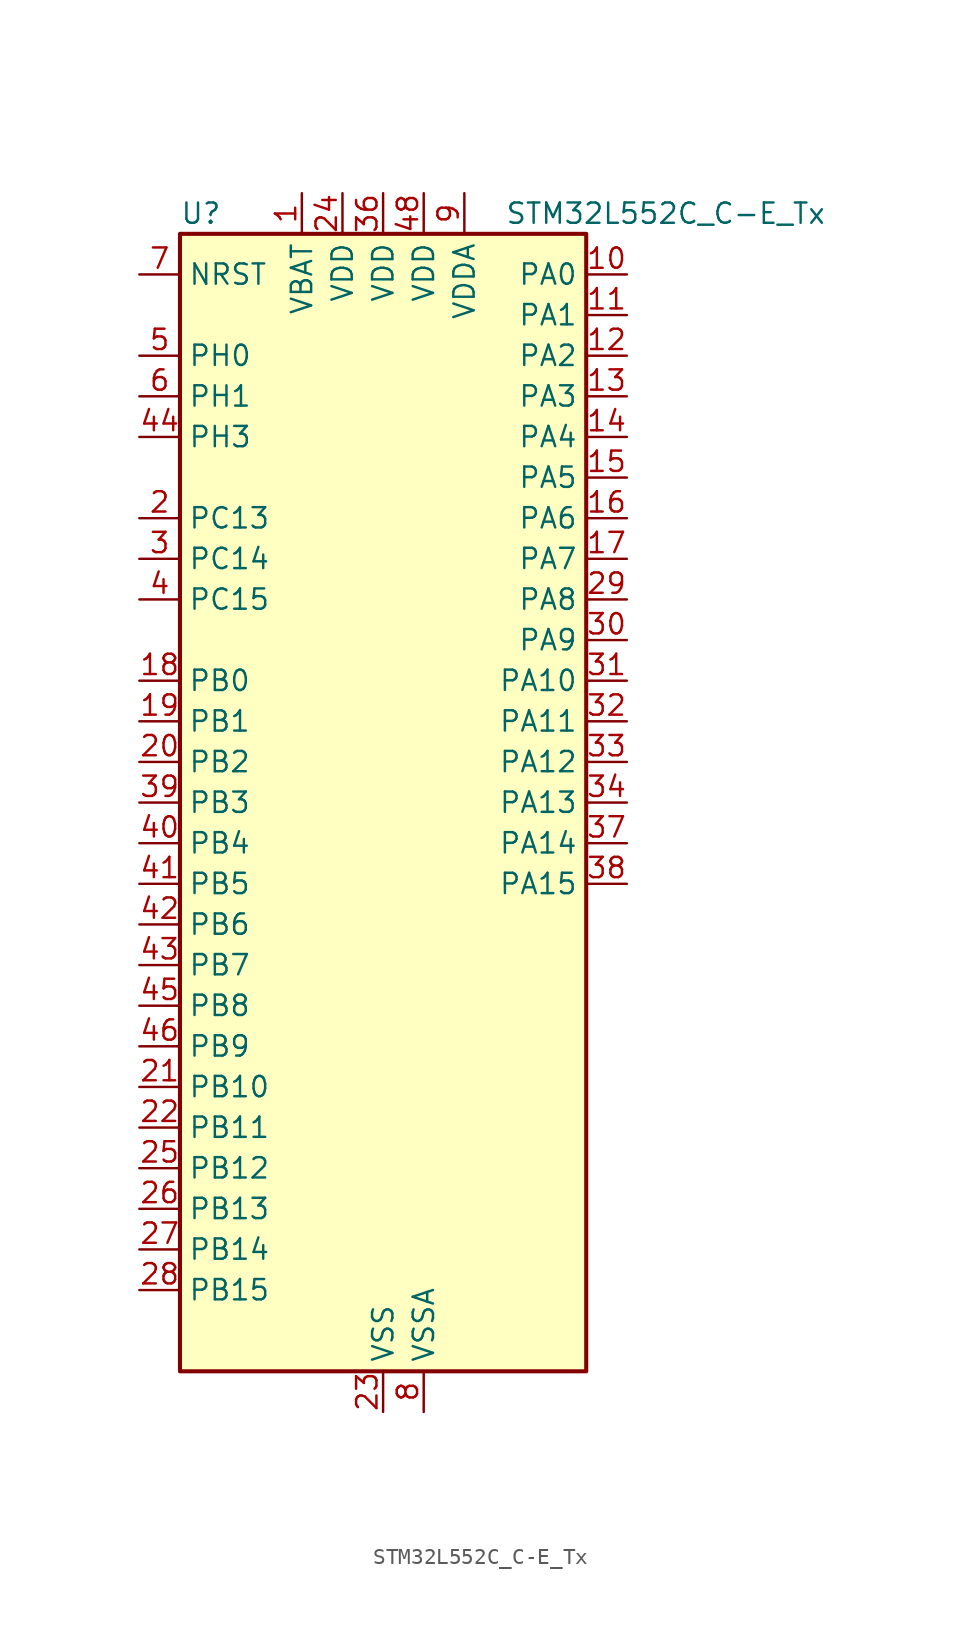
<source format=kicad_sym>
(kicad_symbol_lib
  (version 20231120)
  (generator "kicad-library-utils")
  (generator_version "8.0")
  (symbol "STM32L552C_C-E_Tx"
    (property "Reference" "U"
      (at -12.7 36.83 0)
      (effects (font (size 1.27 1.27)) (justify left)))
    (property "Value" "STM32L552C_C-E_Tx"
      (at 7.62 36.83 0)
      (effects (font (size 1.27 1.27)) (justify left)))
    (property "ki_locked" ""
      (at 0 0 0)
      (effects (font (size 1.27 1.27))))
    (symbol "STM32L552C_C-E_Tx_0_1"
      (rectangle (start -12.7 -35.56) (end 12.7 35.56) (stroke (width 0.254) (type default)) (fill (type background))))
    (symbol "STM32L552C_C-E_Tx_1_1"
      (pin power_in line (at -5.08 38.1 270) (length 2.54) (name "VBAT" (effects (font (size 1.27 1.27)))) (number "1" (effects (font (size 1.27 1.27)))))
      (pin bidirectional line (at 15.24 33.02 180) (length 2.54) (name "PA0" (effects (font (size 1.27 1.27)))) (number "10" (effects (font (size 1.27 1.27)))) (alternate "ADC1_IN5" bidirectional line) (alternate "ADC2_IN5" bidirectional line) (alternate "OPAMP1_VINP" bidirectional line) (alternate "PWR_WKUP1" bidirectional line) (alternate "SAI1_EXTCLK" bidirectional line) (alternate "TAMP_IN2" bidirectional line) (alternate "TAMP_OUT1" bidirectional line) (alternate "TIM2_CH1" bidirectional line) (alternate "TIM2_ETR" bidirectional line) (alternate "TIM5_CH1" bidirectional line) (alternate "TIM8_ETR" bidirectional line) (alternate "UART4_TX" bidirectional line) (alternate "USART2_CTS" bidirectional line) (alternate "USART2_NSS" bidirectional line))
      (pin bidirectional line (at 15.24 30.48 180) (length 2.54) (name "PA1" (effects (font (size 1.27 1.27)))) (number "11" (effects (font (size 1.27 1.27)))) (alternate "ADC1_IN6" bidirectional line) (alternate "ADC2_IN6" bidirectional line) (alternate "I2C1_SMBA" bidirectional line) (alternate "OCTOSPI1_DQS" bidirectional line) (alternate "OPAMP1_VINM" bidirectional line) (alternate "SPI1_SCK" bidirectional line) (alternate "TAMP_IN5" bidirectional line) (alternate "TAMP_OUT4" bidirectional line) (alternate "TIM15_CH1N" bidirectional line) (alternate "TIM2_CH2" bidirectional line) (alternate "TIM5_CH2" bidirectional line) (alternate "UART4_RX" bidirectional line) (alternate "USART2_DE" bidirectional line) (alternate "USART2_RTS" bidirectional line))
      (pin bidirectional line (at 15.24 27.94 180) (length 2.54) (name "PA2" (effects (font (size 1.27 1.27)))) (number "12" (effects (font (size 1.27 1.27)))) (alternate "ADC1_IN7" bidirectional line) (alternate "ADC2_IN7" bidirectional line) (alternate "COMP1_INP" bidirectional line) (alternate "LPUART1_TX" bidirectional line) (alternate "OCTOSPI1_NCS" bidirectional line) (alternate "PWR_WKUP4" bidirectional line) (alternate "RCC_LSCO" bidirectional line) (alternate "SAI2_EXTCLK" bidirectional line) (alternate "TIM15_CH1" bidirectional line) (alternate "TIM2_CH3" bidirectional line) (alternate "TIM5_CH3" bidirectional line) (alternate "UCPD1_FRSTX1" bidirectional line) (alternate "USART2_TX" bidirectional line))
      (pin bidirectional line (at 15.24 25.4 180) (length 2.54) (name "PA3" (effects (font (size 1.27 1.27)))) (number "13" (effects (font (size 1.27 1.27)))) (alternate "ADC1_IN8" bidirectional line) (alternate "ADC2_IN8" bidirectional line) (alternate "LPUART1_RX" bidirectional line) (alternate "OCTOSPI1_CLK" bidirectional line) (alternate "OPAMP1_VOUT" bidirectional line) (alternate "SAI1_CK1" bidirectional line) (alternate "SAI1_MCLK_A" bidirectional line) (alternate "TIM15_CH2" bidirectional line) (alternate "TIM2_CH4" bidirectional line) (alternate "TIM5_CH4" bidirectional line) (alternate "USART2_RX" bidirectional line))
      (pin bidirectional line (at 15.24 22.86 180) (length 2.54) (name "PA4" (effects (font (size 1.27 1.27)))) (number "14" (effects (font (size 1.27 1.27)))) (alternate "ADC1_IN9" bidirectional line) (alternate "ADC2_IN9" bidirectional line) (alternate "DAC1_OUT1" bidirectional line) (alternate "LPTIM2_OUT" bidirectional line) (alternate "OCTOSPI1_NCS" bidirectional line) (alternate "SAI1_FS_B" bidirectional line) (alternate "SPI1_NSS" bidirectional line) (alternate "SPI3_NSS" bidirectional line) (alternate "USART2_CK" bidirectional line))
      (pin bidirectional line (at 15.24 20.32 180) (length 2.54) (name "PA5" (effects (font (size 1.27 1.27)))) (number "15" (effects (font (size 1.27 1.27)))) (alternate "ADC1_IN10" bidirectional line) (alternate "ADC2_IN10" bidirectional line) (alternate "DAC1_OUT2" bidirectional line) (alternate "LPTIM2_ETR" bidirectional line) (alternate "SPI1_SCK" bidirectional line) (alternate "TIM2_CH1" bidirectional line) (alternate "TIM2_ETR" bidirectional line) (alternate "TIM8_CH1N" bidirectional line))
      (pin bidirectional line (at 15.24 17.78 180) (length 2.54) (name "PA6" (effects (font (size 1.27 1.27)))) (number "16" (effects (font (size 1.27 1.27)))) (alternate "ADC1_IN11" bidirectional line) (alternate "ADC2_IN11" bidirectional line) (alternate "LPUART1_CTS" bidirectional line) (alternate "OCTOSPI1_IO3" bidirectional line) (alternate "OPAMP2_VINP" bidirectional line) (alternate "SPI1_MISO" bidirectional line) (alternate "TIM16_CH1" bidirectional line) (alternate "TIM1_BKIN" bidirectional line) (alternate "TIM3_CH1" bidirectional line) (alternate "TIM8_BKIN" bidirectional line) (alternate "USART3_CTS" bidirectional line) (alternate "USART3_NSS" bidirectional line))
      (pin bidirectional line (at 15.24 15.24 180) (length 2.54) (name "PA7" (effects (font (size 1.27 1.27)))) (number "17" (effects (font (size 1.27 1.27)))) (alternate "ADC1_IN12" bidirectional line) (alternate "ADC2_IN12" bidirectional line) (alternate "I2C3_SCL" bidirectional line) (alternate "OCTOSPI1_IO2" bidirectional line) (alternate "OPAMP2_VINM" bidirectional line) (alternate "SPI1_MOSI" bidirectional line) (alternate "TIM17_CH1" bidirectional line) (alternate "TIM1_CH1N" bidirectional line) (alternate "TIM3_CH2" bidirectional line) (alternate "TIM8_CH1N" bidirectional line))
      (pin bidirectional line (at -15.24 7.62 0) (length 2.54) (name "PB0" (effects (font (size 1.27 1.27)))) (number "18" (effects (font (size 1.27 1.27)))) (alternate "ADC1_IN15" bidirectional line) (alternate "ADC2_IN15" bidirectional line) (alternate "COMP1_OUT" bidirectional line) (alternate "OCTOSPI1_IO1" bidirectional line) (alternate "OPAMP2_VOUT" bidirectional line) (alternate "SAI1_EXTCLK" bidirectional line) (alternate "SPI1_NSS" bidirectional line) (alternate "TIM1_CH2N" bidirectional line) (alternate "TIM3_CH3" bidirectional line) (alternate "TIM8_CH2N" bidirectional line) (alternate "USART3_CK" bidirectional line))
      (pin bidirectional line (at -15.24 5.08 0) (length 2.54) (name "PB1" (effects (font (size 1.27 1.27)))) (number "19" (effects (font (size 1.27 1.27)))) (alternate "ADC1_IN16" bidirectional line) (alternate "ADC2_IN16" bidirectional line) (alternate "COMP1_INM" bidirectional line) (alternate "DFSDM1_DATIN0" bidirectional line) (alternate "LPTIM2_IN1" bidirectional line) (alternate "LPUART1_DE" bidirectional line) (alternate "LPUART1_RTS" bidirectional line) (alternate "OCTOSPI1_IO0" bidirectional line) (alternate "TIM1_CH3N" bidirectional line) (alternate "TIM3_CH4" bidirectional line) (alternate "TIM8_CH3N" bidirectional line) (alternate "USART3_DE" bidirectional line) (alternate "USART3_RTS" bidirectional line))
      (pin bidirectional line (at -15.24 17.78 0) (length 2.54) (name "PC13" (effects (font (size 1.27 1.27)))) (number "2" (effects (font (size 1.27 1.27)))) (alternate "PWR_WKUP2" bidirectional line) (alternate "RTC_OUT1" bidirectional line) (alternate "RTC_TS" bidirectional line) (alternate "TAMP_IN1" bidirectional line) (alternate "TAMP_OUT2" bidirectional line))
      (pin bidirectional line (at -15.24 2.54 0) (length 2.54) (name "PB2" (effects (font (size 1.27 1.27)))) (number "20" (effects (font (size 1.27 1.27)))) (alternate "COMP1_INP" bidirectional line) (alternate "DFSDM1_CKIN0" bidirectional line) (alternate "I2C3_SMBA" bidirectional line) (alternate "LPTIM1_OUT" bidirectional line) (alternate "OCTOSPI1_DQS" bidirectional line) (alternate "RTC_OUT2" bidirectional line) (alternate "UCPD1_FRSTX1" bidirectional line))
      (pin bidirectional line (at -15.24 -17.78 0) (length 2.54) (name "PB10" (effects (font (size 1.27 1.27)))) (number "21" (effects (font (size 1.27 1.27)))) (alternate "COMP1_OUT" bidirectional line) (alternate "I2C2_SCL" bidirectional line) (alternate "I2C4_SCL" bidirectional line) (alternate "LPTIM3_OUT" bidirectional line) (alternate "LPUART1_RX" bidirectional line) (alternate "OCTOSPI1_CLK" bidirectional line) (alternate "SAI1_SCK_A" bidirectional line) (alternate "SPI2_SCK" bidirectional line) (alternate "TIM2_CH3" bidirectional line) (alternate "TSC_SYNC" bidirectional line) (alternate "USART3_TX" bidirectional line))
      (pin bidirectional line (at -15.24 -20.32 0) (length 2.54) (name "PB11" (effects (font (size 1.27 1.27)))) (number "22" (effects (font (size 1.27 1.27)))) (alternate "ADC1_EXTI11" bidirectional line) (alternate "ADC2_EXTI11" bidirectional line) (alternate "COMP2_OUT" bidirectional line) (alternate "I2C2_SDA" bidirectional line) (alternate "I2C4_SDA" bidirectional line) (alternate "LPUART1_TX" bidirectional line) (alternate "OCTOSPI1_NCS" bidirectional line) (alternate "TIM2_CH4" bidirectional line) (alternate "USART3_RX" bidirectional line))
      (pin power_in line (at 0 -38.1 90) (length 2.54) (name "VSS" (effects (font (size 1.27 1.27)))) (number "23" (effects (font (size 1.27 1.27)))))
      (pin power_in line (at -2.54 38.1 270) (length 2.54) (name "VDD" (effects (font (size 1.27 1.27)))) (number "24" (effects (font (size 1.27 1.27)))))
      (pin bidirectional line (at -15.24 -22.86 0) (length 2.54) (name "PB12" (effects (font (size 1.27 1.27)))) (number "25" (effects (font (size 1.27 1.27)))) (alternate "DFSDM1_DATIN1" bidirectional line) (alternate "I2C2_SMBA" bidirectional line) (alternate "LPUART1_DE" bidirectional line) (alternate "LPUART1_RTS" bidirectional line) (alternate "OCTOSPI1_NCLK" bidirectional line) (alternate "SAI2_FS_A" bidirectional line) (alternate "SPI2_NSS" bidirectional line) (alternate "TIM15_BKIN" bidirectional line) (alternate "TIM1_BKIN" bidirectional line) (alternate "TSC_G1_IO1" bidirectional line) (alternate "USART3_CK" bidirectional line))
      (pin bidirectional line (at -15.24 -25.4 0) (length 2.54) (name "PB13" (effects (font (size 1.27 1.27)))) (number "26" (effects (font (size 1.27 1.27)))) (alternate "DFSDM1_CKIN1" bidirectional line) (alternate "I2C2_SCL" bidirectional line) (alternate "LPTIM3_IN1" bidirectional line) (alternate "LPUART1_CTS" bidirectional line) (alternate "SAI2_SCK_A" bidirectional line) (alternate "SPI2_SCK" bidirectional line) (alternate "TIM15_CH1N" bidirectional line) (alternate "TIM1_CH1N" bidirectional line) (alternate "TSC_G1_IO2" bidirectional line) (alternate "UCPD1_FRSTX2" bidirectional line) (alternate "USART3_CTS" bidirectional line) (alternate "USART3_NSS" bidirectional line))
      (pin bidirectional line (at -15.24 -27.94 0) (length 2.54) (name "PB14" (effects (font (size 1.27 1.27)))) (number "27" (effects (font (size 1.27 1.27)))) (alternate "DFSDM1_DATIN2" bidirectional line) (alternate "I2C2_SDA" bidirectional line) (alternate "LPTIM3_ETR" bidirectional line) (alternate "SAI2_MCLK_A" bidirectional line) (alternate "SPI2_MISO" bidirectional line) (alternate "TIM15_CH1" bidirectional line) (alternate "TIM1_CH2N" bidirectional line) (alternate "TIM8_CH2N" bidirectional line) (alternate "TSC_G1_IO3" bidirectional line) (alternate "UCPD1_DBCC2" bidirectional line) (alternate "USART3_DE" bidirectional line) (alternate "USART3_RTS" bidirectional line))
      (pin bidirectional line (at -15.24 -30.48 0) (length 2.54) (name "PB15" (effects (font (size 1.27 1.27)))) (number "28" (effects (font (size 1.27 1.27)))) (alternate "ADC1_EXTI15" bidirectional line) (alternate "ADC2_EXTI15" bidirectional line) (alternate "DFSDM1_CKIN2" bidirectional line) (alternate "RTC_REFIN" bidirectional line) (alternate "SAI2_SD_A" bidirectional line) (alternate "SPI2_MOSI" bidirectional line) (alternate "TIM15_CH2" bidirectional line) (alternate "TIM1_CH3N" bidirectional line) (alternate "TIM8_CH3N" bidirectional line) (alternate "UCPD1_CC2" bidirectional line))
      (pin bidirectional line (at 15.24 12.7 180) (length 2.54) (name "PA8" (effects (font (size 1.27 1.27)))) (number "29" (effects (font (size 1.27 1.27)))) (alternate "LPTIM2_OUT" bidirectional line) (alternate "RCC_MCO" bidirectional line) (alternate "SAI1_CK2" bidirectional line) (alternate "SAI1_SCK_A" bidirectional line) (alternate "TIM1_CH1" bidirectional line) (alternate "USART1_CK" bidirectional line))
      (pin bidirectional line (at -15.24 15.24 0) (length 2.54) (name "PC14" (effects (font (size 1.27 1.27)))) (number "3" (effects (font (size 1.27 1.27)))) (alternate "RCC_OSC32_IN" bidirectional line))
      (pin bidirectional line (at 15.24 10.16 180) (length 2.54) (name "PA9" (effects (font (size 1.27 1.27)))) (number "30" (effects (font (size 1.27 1.27)))) (alternate "DAC1_EXTI9" bidirectional line) (alternate "SAI1_FS_A" bidirectional line) (alternate "SPI2_SCK" bidirectional line) (alternate "TIM15_BKIN" bidirectional line) (alternate "TIM1_CH2" bidirectional line) (alternate "USART1_TX" bidirectional line))
      (pin bidirectional line (at 15.24 7.62 180) (length 2.54) (name "PA10" (effects (font (size 1.27 1.27)))) (number "31" (effects (font (size 1.27 1.27)))) (alternate "CRS_SYNC" bidirectional line) (alternate "SAI1_D1" bidirectional line) (alternate "SAI1_SD_A" bidirectional line) (alternate "TIM17_BKIN" bidirectional line) (alternate "TIM1_CH3" bidirectional line) (alternate "USART1_RX" bidirectional line))
      (pin bidirectional line (at 15.24 5.08 180) (length 2.54) (name "PA11" (effects (font (size 1.27 1.27)))) (number "32" (effects (font (size 1.27 1.27)))) (alternate "ADC1_EXTI11" bidirectional line) (alternate "ADC2_EXTI11" bidirectional line) (alternate "FDCAN1_RX" bidirectional line) (alternate "SPI1_MISO" bidirectional line) (alternate "TIM1_BKIN2" bidirectional line) (alternate "TIM1_CH4" bidirectional line) (alternate "USART1_CTS" bidirectional line) (alternate "USART1_NSS" bidirectional line) (alternate "USB_DM" bidirectional line))
      (pin bidirectional line (at 15.24 2.54 180) (length 2.54) (name "PA12" (effects (font (size 1.27 1.27)))) (number "33" (effects (font (size 1.27 1.27)))) (alternate "FDCAN1_TX" bidirectional line) (alternate "SPI1_MOSI" bidirectional line) (alternate "TIM1_ETR" bidirectional line) (alternate "USART1_DE" bidirectional line) (alternate "USART1_RTS" bidirectional line) (alternate "USB_DP" bidirectional line))
      (pin bidirectional line (at 15.24 0 180) (length 2.54) (name "PA13" (effects (font (size 1.27 1.27)))) (number "34" (effects (font (size 1.27 1.27)))) (alternate "DEBUG_JTMS-SWDIO" bidirectional line) (alternate "IR_OUT" bidirectional line) (alternate "SAI1_SD_B" bidirectional line) (alternate "USB_NOE" bidirectional line))
      (pin passive line (at 0 -38.1 90) (length 2.54) hide (name "VSS" (effects (font (size 1.27 1.27)))) (number "35" (effects (font (size 1.27 1.27)))))
      (pin power_in line (at 0 38.1 270) (length 2.54) (name "VDD" (effects (font (size 1.27 1.27)))) (number "36" (effects (font (size 1.27 1.27)))))
      (pin bidirectional line (at 15.24 -2.54 180) (length 2.54) (name "PA14" (effects (font (size 1.27 1.27)))) (number "37" (effects (font (size 1.27 1.27)))) (alternate "DEBUG_JTCK-SWCLK" bidirectional line) (alternate "I2C1_SMBA" bidirectional line) (alternate "I2C4_SMBA" bidirectional line) (alternate "LPTIM1_OUT" bidirectional line) (alternate "SAI1_FS_B" bidirectional line))
      (pin bidirectional line (at 15.24 -5.08 180) (length 2.54) (name "PA15" (effects (font (size 1.27 1.27)))) (number "38" (effects (font (size 1.27 1.27)))) (alternate "ADC1_EXTI15" bidirectional line) (alternate "ADC2_EXTI15" bidirectional line) (alternate "DEBUG_JTDI" bidirectional line) (alternate "SAI2_FS_B" bidirectional line) (alternate "SPI1_NSS" bidirectional line) (alternate "SPI3_NSS" bidirectional line) (alternate "TIM2_CH1" bidirectional line) (alternate "TIM2_ETR" bidirectional line) (alternate "UART4_DE" bidirectional line) (alternate "UART4_RTS" bidirectional line) (alternate "UCPD1_CC1" bidirectional line) (alternate "USART2_RX" bidirectional line) (alternate "USART3_DE" bidirectional line) (alternate "USART3_RTS" bidirectional line))
      (pin bidirectional line (at -15.24 0 0) (length 2.54) (name "PB3" (effects (font (size 1.27 1.27)))) (number "39" (effects (font (size 1.27 1.27)))) (alternate "COMP2_INM" bidirectional line) (alternate "CRS_SYNC" bidirectional line) (alternate "DEBUG_JTDO-SWO" bidirectional line) (alternate "SAI1_SCK_B" bidirectional line) (alternate "SPI1_SCK" bidirectional line) (alternate "SPI3_SCK" bidirectional line) (alternate "TIM2_CH2" bidirectional line) (alternate "USART1_DE" bidirectional line) (alternate "USART1_RTS" bidirectional line))
      (pin bidirectional line (at -15.24 12.7 0) (length 2.54) (name "PC15" (effects (font (size 1.27 1.27)))) (number "4" (effects (font (size 1.27 1.27)))) (alternate "ADC1_EXTI15" bidirectional line) (alternate "ADC2_EXTI15" bidirectional line) (alternate "RCC_OSC32_OUT" bidirectional line))
      (pin bidirectional line (at -15.24 -2.54 0) (length 2.54) (name "PB4" (effects (font (size 1.27 1.27)))) (number "40" (effects (font (size 1.27 1.27)))) (alternate "COMP2_INP" bidirectional line) (alternate "DEBUG_JTRST" bidirectional line) (alternate "I2C3_SDA" bidirectional line) (alternate "SAI1_MCLK_B" bidirectional line) (alternate "SPI1_MISO" bidirectional line) (alternate "SPI3_MISO" bidirectional line) (alternate "TIM17_BKIN" bidirectional line) (alternate "TIM3_CH1" bidirectional line) (alternate "TSC_G2_IO1" bidirectional line) (alternate "USART1_CTS" bidirectional line) (alternate "USART1_NSS" bidirectional line))
      (pin bidirectional line (at -15.24 -5.08 0) (length 2.54) (name "PB5" (effects (font (size 1.27 1.27)))) (number "41" (effects (font (size 1.27 1.27)))) (alternate "COMP2_OUT" bidirectional line) (alternate "I2C1_SMBA" bidirectional line) (alternate "LPTIM1_IN1" bidirectional line) (alternate "OCTOSPI1_NCLK" bidirectional line) (alternate "SAI1_SD_B" bidirectional line) (alternate "SPI1_MOSI" bidirectional line) (alternate "SPI3_MOSI" bidirectional line) (alternate "TIM16_BKIN" bidirectional line) (alternate "TIM3_CH2" bidirectional line) (alternate "TSC_G2_IO2" bidirectional line) (alternate "UCPD1_DBCC1" bidirectional line) (alternate "USART1_CK" bidirectional line))
      (pin bidirectional line (at -15.24 -7.62 0) (length 2.54) (name "PB6" (effects (font (size 1.27 1.27)))) (number "42" (effects (font (size 1.27 1.27)))) (alternate "COMP2_INP" bidirectional line) (alternate "I2C1_SCL" bidirectional line) (alternate "I2C4_SCL" bidirectional line) (alternate "LPTIM1_ETR" bidirectional line) (alternate "SAI1_FS_B" bidirectional line) (alternate "TIM16_CH1N" bidirectional line) (alternate "TIM4_CH1" bidirectional line) (alternate "TIM8_BKIN2" bidirectional line) (alternate "TSC_G2_IO3" bidirectional line) (alternate "USART1_TX" bidirectional line))
      (pin bidirectional line (at -15.24 -10.16 0) (length 2.54) (name "PB7" (effects (font (size 1.27 1.27)))) (number "43" (effects (font (size 1.27 1.27)))) (alternate "COMP2_INM" bidirectional line) (alternate "I2C1_SDA" bidirectional line) (alternate "I2C4_SDA" bidirectional line) (alternate "LPTIM1_IN2" bidirectional line) (alternate "PWR_PVD_IN" bidirectional line) (alternate "TIM17_CH1N" bidirectional line) (alternate "TIM4_CH2" bidirectional line) (alternate "TIM8_BKIN" bidirectional line) (alternate "TSC_G2_IO4" bidirectional line) (alternate "UART4_CTS" bidirectional line) (alternate "USART1_RX" bidirectional line))
      (pin bidirectional line (at -15.24 22.86 0) (length 2.54) (name "PH3" (effects (font (size 1.27 1.27)))) (number "44" (effects (font (size 1.27 1.27)))))
      (pin bidirectional line (at -15.24 -12.7 0) (length 2.54) (name "PB8" (effects (font (size 1.27 1.27)))) (number "45" (effects (font (size 1.27 1.27)))) (alternate "DFSDM1_CKOUT" bidirectional line) (alternate "FDCAN1_RX" bidirectional line) (alternate "I2C1_SCL" bidirectional line) (alternate "SAI1_CK1" bidirectional line) (alternate "SAI1_MCLK_A" bidirectional line) (alternate "TIM16_CH1" bidirectional line) (alternate "TIM4_CH3" bidirectional line))
      (pin bidirectional line (at -15.24 -15.24 0) (length 2.54) (name "PB9" (effects (font (size 1.27 1.27)))) (number "46" (effects (font (size 1.27 1.27)))) (alternate "DAC1_EXTI9" bidirectional line) (alternate "FDCAN1_TX" bidirectional line) (alternate "I2C1_SDA" bidirectional line) (alternate "IR_OUT" bidirectional line) (alternate "SAI1_D2" bidirectional line) (alternate "SAI1_FS_A" bidirectional line) (alternate "SPI2_NSS" bidirectional line) (alternate "TIM17_CH1" bidirectional line) (alternate "TIM4_CH4" bidirectional line))
      (pin passive line (at 0 -38.1 90) (length 2.54) hide (name "VSS" (effects (font (size 1.27 1.27)))) (number "47" (effects (font (size 1.27 1.27)))))
      (pin power_in line (at 2.54 38.1 270) (length 2.54) (name "VDD" (effects (font (size 1.27 1.27)))) (number "48" (effects (font (size 1.27 1.27)))))
      (pin bidirectional line (at -15.24 27.94 0) (length 2.54) (name "PH0" (effects (font (size 1.27 1.27)))) (number "5" (effects (font (size 1.27 1.27)))) (alternate "RCC_OSC_IN" bidirectional line))
      (pin bidirectional line (at -15.24 25.4 0) (length 2.54) (name "PH1" (effects (font (size 1.27 1.27)))) (number "6" (effects (font (size 1.27 1.27)))) (alternate "RCC_OSC_OUT" bidirectional line))
      (pin input line (at -15.24 33.02 0) (length 2.54) (name "NRST" (effects (font (size 1.27 1.27)))) (number "7" (effects (font (size 1.27 1.27)))))
      (pin power_in line (at 2.54 -38.1 90) (length 2.54) (name "VSSA" (effects (font (size 1.27 1.27)))) (number "8" (effects (font (size 1.27 1.27)))))
      (pin power_in line (at 5.08 38.1 270) (length 2.54) (name "VDDA" (effects (font (size 1.27 1.27)))) (number "9" (effects (font (size 1.27 1.27))))))))
</source>
